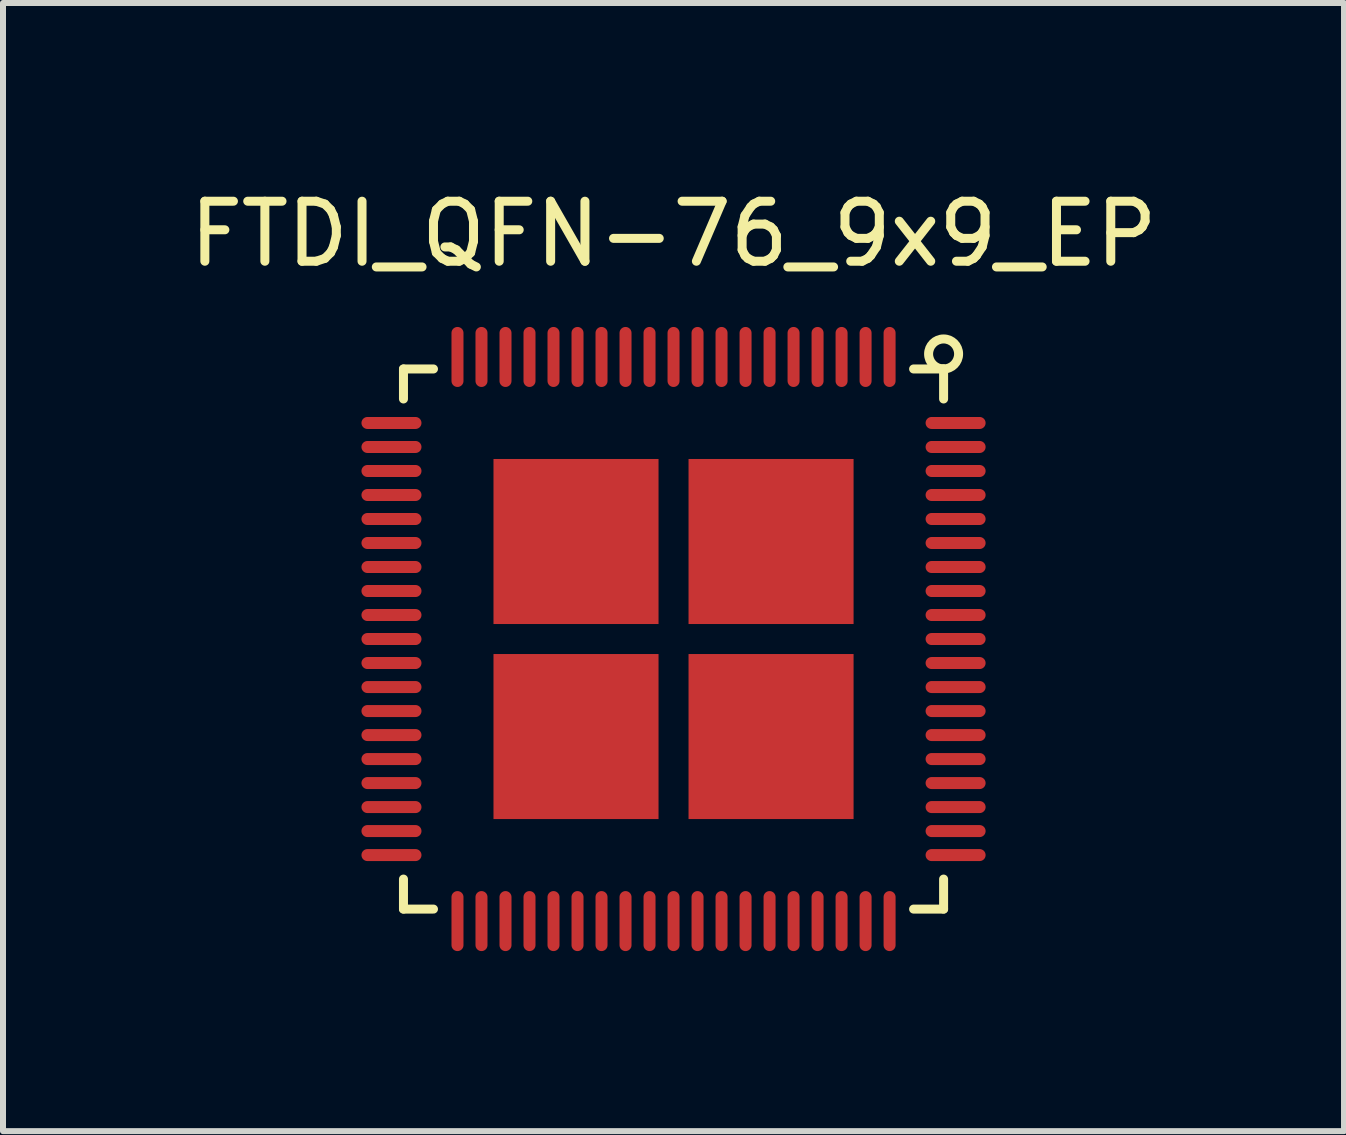
<source format=kicad_pcb>
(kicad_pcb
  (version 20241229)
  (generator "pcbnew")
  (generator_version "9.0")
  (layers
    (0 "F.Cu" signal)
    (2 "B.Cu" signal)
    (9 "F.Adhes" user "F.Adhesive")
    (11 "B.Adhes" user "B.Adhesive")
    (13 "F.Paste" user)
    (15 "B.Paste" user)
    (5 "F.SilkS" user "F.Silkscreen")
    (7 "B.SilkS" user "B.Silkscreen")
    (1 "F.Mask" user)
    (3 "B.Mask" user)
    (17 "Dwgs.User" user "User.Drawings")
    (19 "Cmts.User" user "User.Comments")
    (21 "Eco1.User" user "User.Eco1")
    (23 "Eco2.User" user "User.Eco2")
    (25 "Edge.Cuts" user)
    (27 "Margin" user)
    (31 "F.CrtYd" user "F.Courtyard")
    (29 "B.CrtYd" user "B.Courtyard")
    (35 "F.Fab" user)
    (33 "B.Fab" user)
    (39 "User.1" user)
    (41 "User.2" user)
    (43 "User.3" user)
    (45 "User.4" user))
  (footprint "FTDI_QFN-76_9x9_EP"
    (layer "F.Cu")
    (at 8.173 7.598)
    (property "Reference" "FTDI_QFN-76_9x9_EP" (at 0 -6.75 0) (layer "F.SilkS") (effects (font (size 1 1) (thickness 0.15))))
    (attr through_hole)
    (fp_line (start -4.5 -4.5) (end -4.5 -4) (stroke (width 0.15) (type solid)) (layer "F.SilkS"))
    (fp_line (start -4.5 4) (end -4.5 4.5) (stroke (width 0.15) (type solid)) (layer "F.SilkS"))
    (fp_line (start -4.5 4.5) (end -4 4.5) (stroke (width 0.15) (type solid)) (layer "F.SilkS"))
    (fp_line (start -4 -4.5) (end -4.5 -4.5) (stroke (width 0.15) (type solid)) (layer "F.SilkS"))
    (fp_line (start 4 4.5) (end 4.5 4.5) (stroke (width 0.15) (type solid)) (layer "F.SilkS"))
    (fp_line (start 4.5 -4.5) (end 4 -4.5) (stroke (width 0.15) (type solid)) (layer "F.SilkS"))
    (fp_line (start 4.5 -4) (end 4.5 -4.5) (stroke (width 0.15) (type solid)) (layer "F.SilkS"))
    (fp_line (start 4.5 4.5) (end 4.5 4) (stroke (width 0.15) (type solid)) (layer "F.SilkS"))
    (fp_circle (center 4.5 -4.75) (end 4.75 -4.75) (stroke (width 0.15) (type solid)) (fill no) (layer "F.SilkS"))
    (pad "1" smd oval (at 3.6 -4.7) (size 0.2 1) (layers "F.Cu" "F.Mask" "F.Paste"))
    (pad "2" smd oval (at 3.2 -4.7) (size 0.2 1) (layers "F.Cu" "F.Mask" "F.Paste"))
    (pad "3" smd oval (at 2.8 -4.7) (size 0.2 1) (layers "F.Cu" "F.Mask" "F.Paste"))
    (pad "4" smd oval (at 2.4 -4.7) (size 0.2 1) (layers "F.Cu" "F.Mask" "F.Paste"))
    (pad "5" smd oval (at 2 -4.7) (size 0.2 1) (layers "F.Cu" "F.Mask" "F.Paste"))
    (pad "6" smd oval (at 1.6 -4.7) (size 0.2 1) (layers "F.Cu" "F.Mask" "F.Paste"))
    (pad "7" smd oval (at 1.2 -4.7) (size 0.2 1) (layers "F.Cu" "F.Mask" "F.Paste"))
    (pad "8" smd oval (at 0.8 -4.7) (size 0.2 1) (layers "F.Cu" "F.Mask" "F.Paste"))
    (pad "9" smd oval (at 0.4 -4.7) (size 0.2 1) (layers "F.Cu" "F.Mask" "F.Paste"))
    (pad "10" smd oval (at 0 -4.7) (size 0.2 1) (layers "F.Cu" "F.Mask" "F.Paste"))
    (pad "11" smd oval (at -0.4 -4.7) (size 0.2 1) (layers "F.Cu" "F.Mask" "F.Paste"))
    (pad "12" smd oval (at -0.8 -4.7) (size 0.2 1) (layers "F.Cu" "F.Mask" "F.Paste"))
    (pad "13" smd oval (at -1.2 -4.7) (size 0.2 1) (layers "F.Cu" "F.Mask" "F.Paste"))
    (pad "14" smd oval (at -1.6 -4.7) (size 0.2 1) (layers "F.Cu" "F.Mask" "F.Paste"))
    (pad "15" smd oval (at -2 -4.7) (size 0.2 1) (layers "F.Cu" "F.Mask" "F.Paste"))
    (pad "16" smd oval (at -2.4 -4.7) (size 0.2 1) (layers "F.Cu" "F.Mask" "F.Paste"))
    (pad "17" smd oval (at -2.8 -4.7) (size 0.2 1) (layers "F.Cu" "F.Mask" "F.Paste"))
    (pad "18" smd oval (at -3.2 -4.7) (size 0.2 1) (layers "F.Cu" "F.Mask" "F.Paste"))
    (pad "19" smd oval (at -3.6 -4.7) (size 0.2 1) (layers "F.Cu" "F.Mask" "F.Paste"))
    (pad "20" smd oval (at -4.7 -3.6 90) (size 0.2 1) (layers "F.Cu" "F.Mask" "F.Paste"))
    (pad "21" smd oval (at -4.7 -3.2 90) (size 0.2 1) (layers "F.Cu" "F.Mask" "F.Paste"))
    (pad "22" smd oval (at -4.7 -2.8 90) (size 0.2 1) (layers "F.Cu" "F.Mask" "F.Paste"))
    (pad "23" smd oval (at -4.7 -2.4 90) (size 0.2 1) (layers "F.Cu" "F.Mask" "F.Paste"))
    (pad "24" smd oval (at -4.7 -2 90) (size 0.2 1) (layers "F.Cu" "F.Mask" "F.Paste"))
    (pad "25" smd oval (at -4.7 -1.6 90) (size 0.2 1) (layers "F.Cu" "F.Mask" "F.Paste"))
    (pad "26" smd oval (at -4.7 -1.2 90) (size 0.2 1) (layers "F.Cu" "F.Mask" "F.Paste"))
    (pad "27" smd oval (at -4.7 -0.8 90) (size 0.2 1) (layers "F.Cu" "F.Mask" "F.Paste"))
    (pad "28" smd oval (at -4.7 -0.4 90) (size 0.2 1) (layers "F.Cu" "F.Mask" "F.Paste"))
    (pad "29" smd oval (at -4.7 0 90) (size 0.2 1) (layers "F.Cu" "F.Mask" "F.Paste"))
    (pad "30" smd oval (at -4.7 0.4 90) (size 0.2 1) (layers "F.Cu" "F.Mask" "F.Paste"))
    (pad "31" smd oval (at -4.7 0.8 90) (size 0.2 1) (layers "F.Cu" "F.Mask" "F.Paste"))
    (pad "32" smd oval (at -4.7 1.2 90) (size 0.2 1) (layers "F.Cu" "F.Mask" "F.Paste"))
    (pad "33" smd oval (at -4.7 1.6 90) (size 0.2 1) (layers "F.Cu" "F.Mask" "F.Paste"))
    (pad "34" smd oval (at -4.7 2 90) (size 0.2 1) (layers "F.Cu" "F.Mask" "F.Paste"))
    (pad "35" smd oval (at -4.7 2.4 90) (size 0.2 1) (layers "F.Cu" "F.Mask" "F.Paste"))
    (pad "36" smd oval (at -4.7 2.8 90) (size 0.2 1) (layers "F.Cu" "F.Mask" "F.Paste"))
    (pad "37" smd oval (at -4.7 3.2 90) (size 0.2 1) (layers "F.Cu" "F.Mask" "F.Paste"))
    (pad "38" smd oval (at -4.7 3.6 90) (size 0.2 1) (layers "F.Cu" "F.Mask" "F.Paste"))
    (pad "39" smd oval (at -3.6 4.7) (size 0.2 1) (layers "F.Cu" "F.Mask" "F.Paste"))
    (pad "40" smd oval (at -3.2 4.7) (size 0.2 1) (layers "F.Cu" "F.Mask" "F.Paste"))
    (pad "41" smd oval (at -2.8 4.7) (size 0.2 1) (layers "F.Cu" "F.Mask" "F.Paste"))
    (pad "42" smd oval (at -2.4 4.7) (size 0.2 1) (layers "F.Cu" "F.Mask" "F.Paste"))
    (pad "43" smd oval (at -2 4.7) (size 0.2 1) (layers "F.Cu" "F.Mask" "F.Paste"))
    (pad "44" smd oval (at -1.6 4.7) (size 0.2 1) (layers "F.Cu" "F.Mask" "F.Paste"))
    (pad "45" smd oval (at -1.2 4.7) (size 0.2 1) (layers "F.Cu" "F.Mask" "F.Paste"))
    (pad "46" smd oval (at -0.8 4.7) (size 0.2 1) (layers "F.Cu" "F.Mask" "F.Paste"))
    (pad "47" smd oval (at -0.4 4.7) (size 0.2 1) (layers "F.Cu" "F.Mask" "F.Paste"))
    (pad "48" smd oval (at 0 4.7) (size 0.2 1) (layers "F.Cu" "F.Mask" "F.Paste"))
    (pad "49" smd oval (at 0.4 4.7) (size 0.2 1) (layers "F.Cu" "F.Mask" "F.Paste"))
    (pad "50" smd oval (at 0.8 4.7) (size 0.2 1) (layers "F.Cu" "F.Mask" "F.Paste"))
    (pad "51" smd oval (at 1.2 4.7) (size 0.2 1) (layers "F.Cu" "F.Mask" "F.Paste"))
    (pad "52" smd oval (at 1.6 4.7) (size 0.2 1) (layers "F.Cu" "F.Mask" "F.Paste"))
    (pad "53" smd oval (at 2 4.7) (size 0.2 1) (layers "F.Cu" "F.Mask" "F.Paste"))
    (pad "54" smd oval (at 2.4 4.7) (size 0.2 1) (layers "F.Cu" "F.Mask" "F.Paste"))
    (pad "55" smd oval (at 2.8 4.7) (size 0.2 1) (layers "F.Cu" "F.Mask" "F.Paste"))
    (pad "56" smd oval (at 3.2 4.7) (size 0.2 1) (layers "F.Cu" "F.Mask" "F.Paste"))
    (pad "57" smd oval (at 3.6 4.7) (size 0.2 1) (layers "F.Cu" "F.Mask" "F.Paste"))
    (pad "58" smd oval (at 4.7 3.6 90) (size 0.2 1) (layers "F.Cu" "F.Mask" "F.Paste"))
    (pad "59" smd oval (at 4.7 3.2 90) (size 0.2 1) (layers "F.Cu" "F.Mask" "F.Paste"))
    (pad "60" smd oval (at 4.7 2.8 90) (size 0.2 1) (layers "F.Cu" "F.Mask" "F.Paste"))
    (pad "61" smd oval (at 4.7 2.4 90) (size 0.2 1) (layers "F.Cu" "F.Mask" "F.Paste"))
    (pad "62" smd oval (at 4.7 2 90) (size 0.2 1) (layers "F.Cu" "F.Mask" "F.Paste"))
    (pad "63" smd oval (at 4.7 1.6 90) (size 0.2 1) (layers "F.Cu" "F.Mask" "F.Paste"))
    (pad "64" smd oval (at 4.7 1.2 90) (size 0.2 1) (layers "F.Cu" "F.Mask" "F.Paste"))
    (pad "65" smd oval (at 4.7 0.8 90) (size 0.2 1) (layers "F.Cu" "F.Mask" "F.Paste"))
    (pad "66" smd oval (at 4.7 0.4 90) (size 0.2 1) (layers "F.Cu" "F.Mask" "F.Paste"))
    (pad "67" smd oval (at 4.7 0 90) (size 0.2 1) (layers "F.Cu" "F.Mask" "F.Paste"))
    (pad "68" smd oval (at 4.7 -0.4 90) (size 0.2 1) (layers "F.Cu" "F.Mask" "F.Paste"))
    (pad "69" smd oval (at 4.7 -0.8 90) (size 0.2 1) (layers "F.Cu" "F.Mask" "F.Paste"))
    (pad "70" smd oval (at 4.7 -1.2 90) (size 0.2 1) (layers "F.Cu" "F.Mask" "F.Paste"))
    (pad "71" smd oval (at 4.7 -1.6 90) (size 0.2 1) (layers "F.Cu" "F.Mask" "F.Paste"))
    (pad "72" smd oval (at 4.7 -2 90) (size 0.2 1) (layers "F.Cu" "F.Mask" "F.Paste"))
    (pad "73" smd oval (at 4.7 -2.4 90) (size 0.2 1) (layers "F.Cu" "F.Mask" "F.Paste"))
    (pad "74" smd oval (at 4.7 -2.8 90) (size 0.2 1) (layers "F.Cu" "F.Mask" "F.Paste"))
    (pad "75" smd oval (at 4.7 -3.2 90) (size 0.2 1) (layers "F.Cu" "F.Mask" "F.Paste"))
    (pad "76" smd oval (at 4.7 -3.6 90) (size 0.2 1) (layers "F.Cu" "F.Mask" "F.Paste"))
    (pad "77" smd rect (at -1.625 -1.625 90) (size 2.75 2.75) (layers "F.Cu" "F.Mask" "F.Paste"))
    (pad "77" smd rect (at -1.625 1.625 90) (size 2.75 2.75) (layers "F.Cu" "F.Mask" "F.Paste"))
    (pad "77" smd rect (at 1.625 -1.625 90) (size 2.75 2.75) (layers "F.Cu" "F.Mask" "F.Paste"))
    (pad "77" smd rect (at 1.625 1.625 90) (size 2.75 2.75) (layers "F.Cu" "F.Mask" "F.Paste")))
  (gr_rect
    (start -3 -3)
    (end 19.345 15.798)
    (stroke (width 0.1) (type default))
    (fill no)
    (layer "Edge.Cuts")))
</source>
